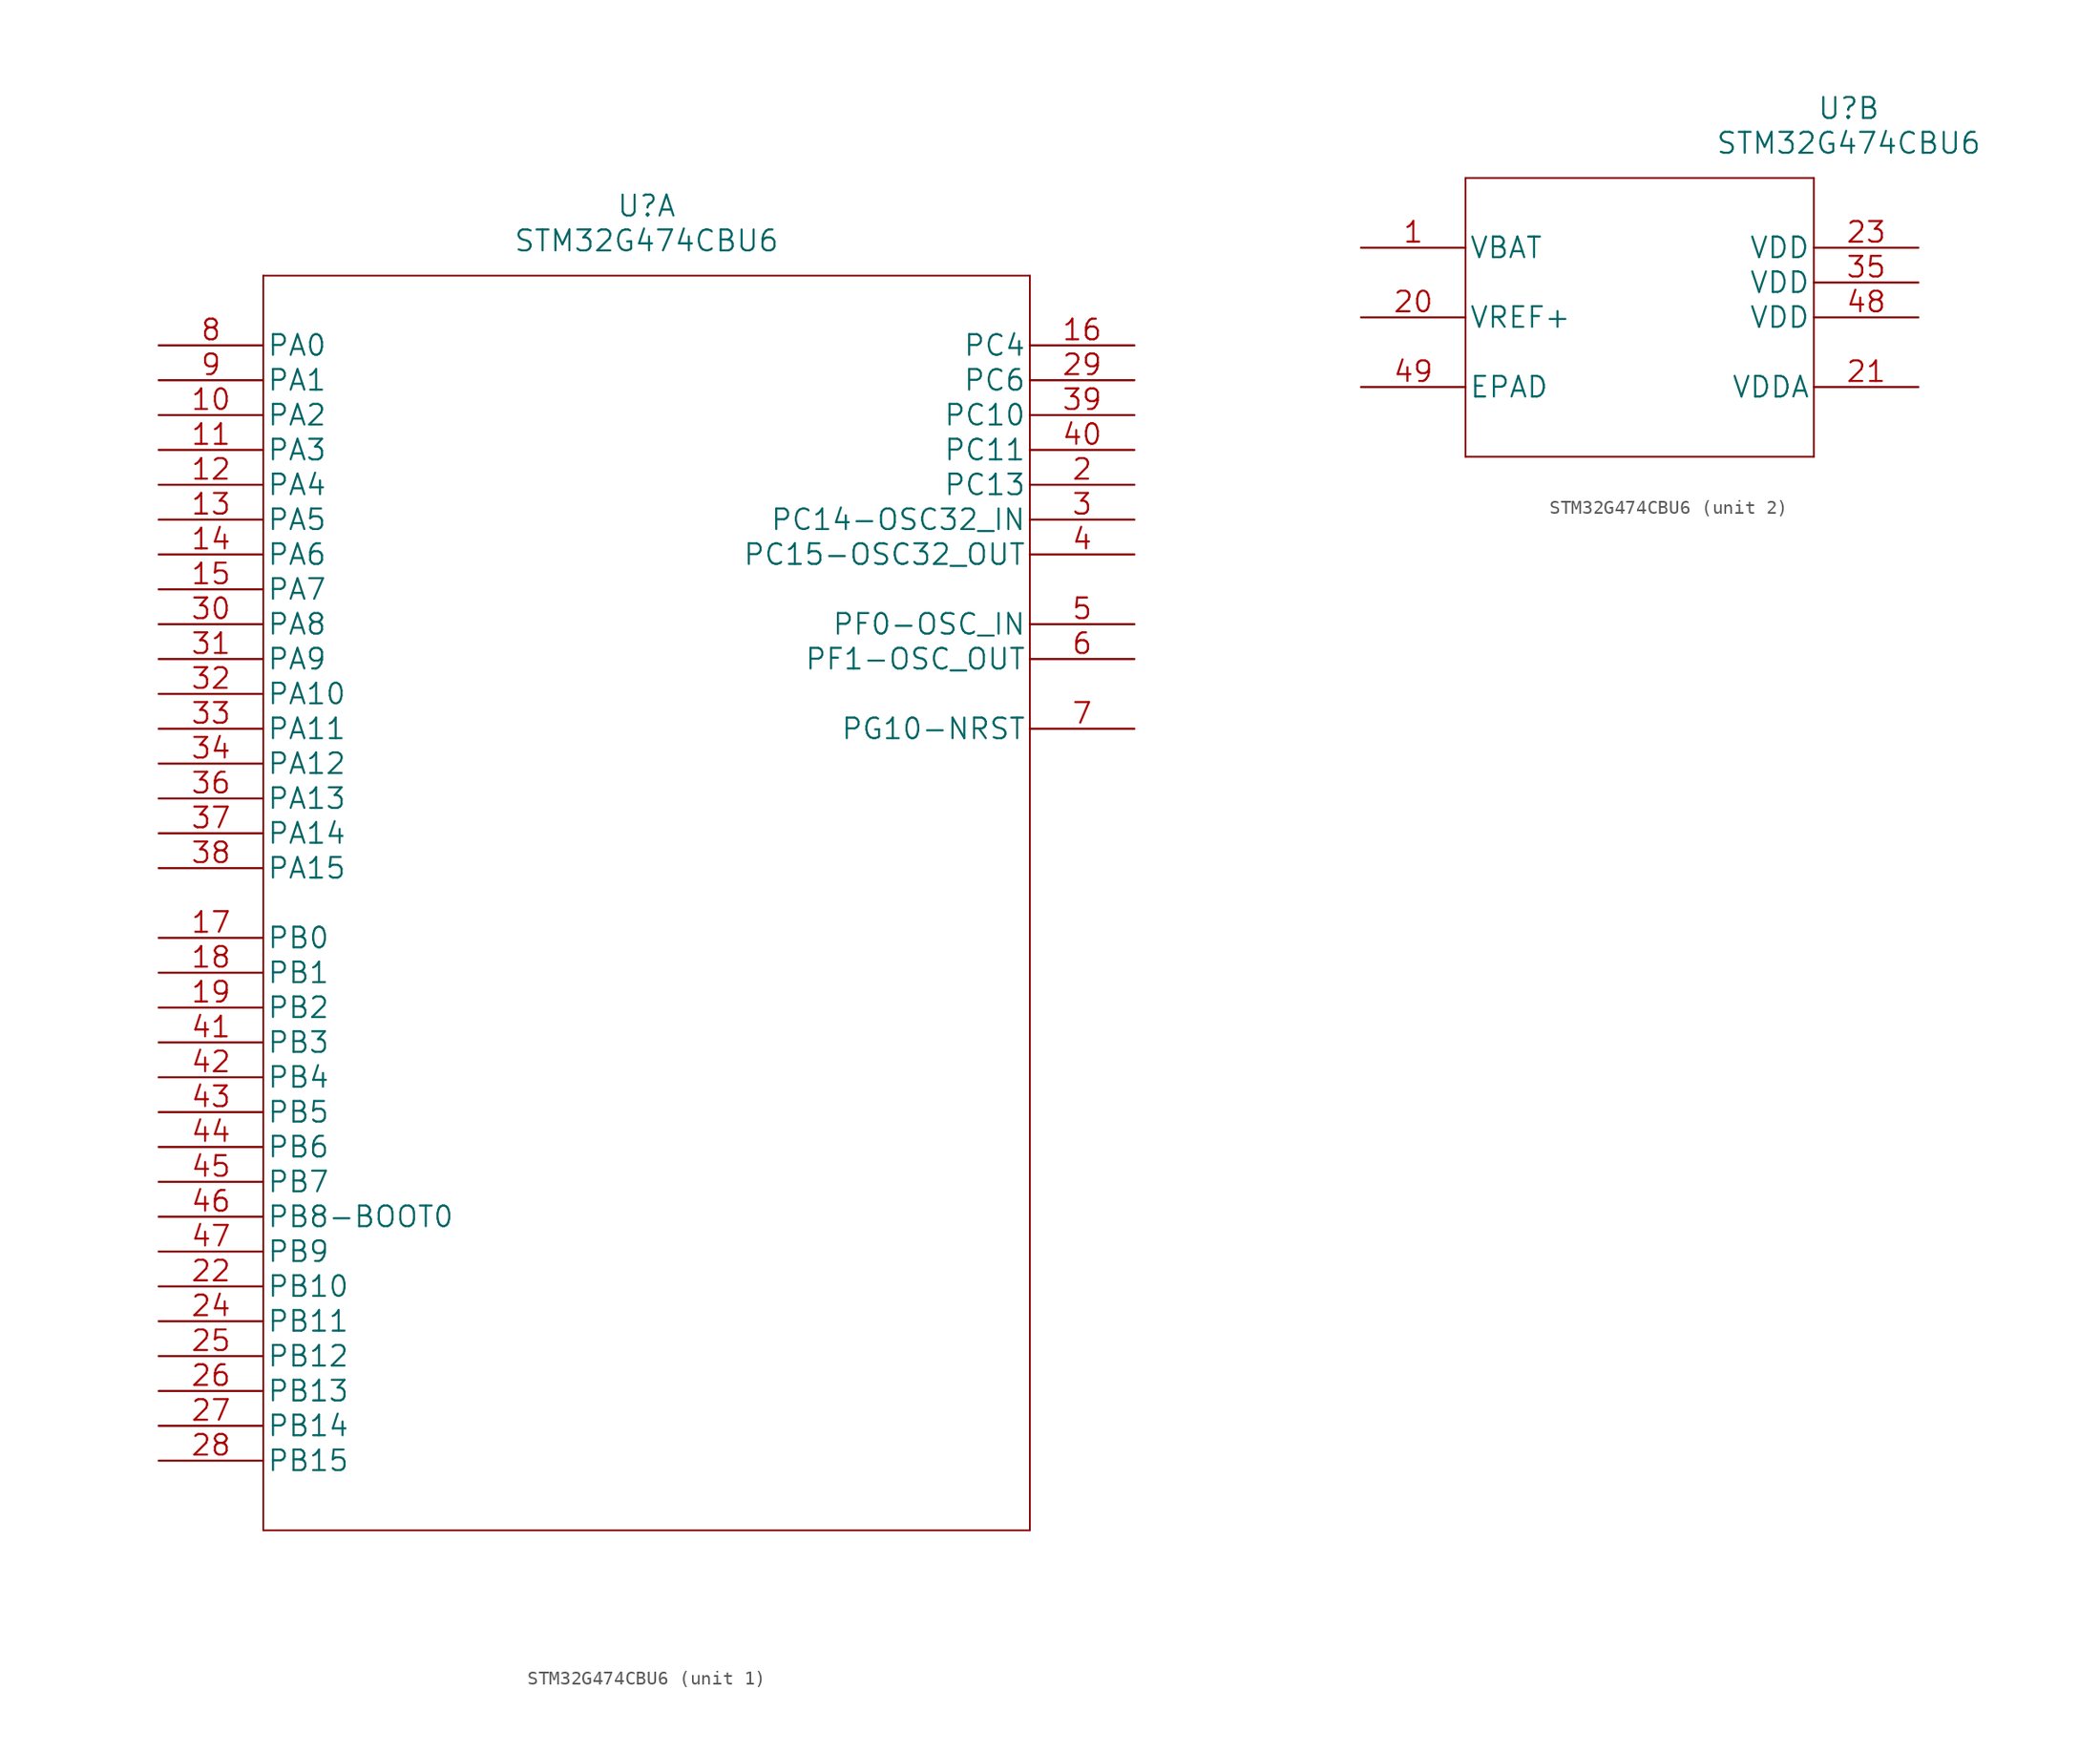
<source format=kicad_sym>
(kicad_symbol_lib
  (version 20231120)
  (generator "kicad_symbol_editor")
  (generator_version "8.0")
  (symbol "STM32G474CBU6"
    (pin_names
      (offset 0.254))
    (property "Reference" "U"
      (at 35.56 10.16 0)
      (effects (font (size 1.524 1.524))))
    (property "Value" "STM32G474CBU6"
      (at 35.56 7.62 0)
      (effects (font (size 1.524 1.524))))
    (property "Datasheet" ""
      (at 0 0 0)
      (effects (font (size 1.524 1.524))))
    (symbol "STM32G474CBU6_1_1"
      (polyline (pts (xy 7.62 -86.36) (xy 63.5 -86.36)) (stroke (width 0.127) (type default)) (fill (type none)))
      (polyline (pts (xy 7.62 5.08) (xy 7.62 -86.36)) (stroke (width 0.127) (type default)) (fill (type none)))
      (polyline (pts (xy 63.5 -86.36) (xy 63.5 5.08)) (stroke (width 0.127) (type default)) (fill (type none)))
      (polyline (pts (xy 63.5 5.08) (xy 7.62 5.08)) (stroke (width 0.127) (type default)) (fill (type none)))
      (pin bidirectional line (at 0 -5.08 0) (length 7.62) (name "PA2" (effects (font (size 1.499 1.499)))) (number "10" (effects (font (size 1.499 1.499)))))
      (pin bidirectional line (at 0 -7.62 0) (length 7.62) (name "PA3" (effects (font (size 1.499 1.499)))) (number "11" (effects (font (size 1.499 1.499)))))
      (pin bidirectional line (at 0 -10.16 0) (length 7.62) (name "PA4" (effects (font (size 1.499 1.499)))) (number "12" (effects (font (size 1.499 1.499)))))
      (pin bidirectional line (at 0 -12.7 0) (length 7.62) (name "PA5" (effects (font (size 1.499 1.499)))) (number "13" (effects (font (size 1.499 1.499)))))
      (pin bidirectional line (at 0 -15.24 0) (length 7.62) (name "PA6" (effects (font (size 1.499 1.499)))) (number "14" (effects (font (size 1.499 1.499)))))
      (pin bidirectional line (at 0 -17.78 0) (length 7.62) (name "PA7" (effects (font (size 1.499 1.499)))) (number "15" (effects (font (size 1.499 1.499)))))
      (pin bidirectional line (at 71.12 0 180) (length 7.62) (name "PC4" (effects (font (size 1.499 1.499)))) (number "16" (effects (font (size 1.499 1.499)))))
      (pin bidirectional line (at 0 -43.18 0) (length 7.62) (name "PB0" (effects (font (size 1.499 1.499)))) (number "17" (effects (font (size 1.499 1.499)))))
      (pin bidirectional line (at 0 -45.72 0) (length 7.62) (name "PB1" (effects (font (size 1.499 1.499)))) (number "18" (effects (font (size 1.499 1.499)))))
      (pin bidirectional line (at 0 -48.26 0) (length 7.62) (name "PB2" (effects (font (size 1.499 1.499)))) (number "19" (effects (font (size 1.499 1.499)))))
      (pin bidirectional line (at 71.12 -10.16 180) (length 7.62) (name "PC13" (effects (font (size 1.499 1.499)))) (number "2" (effects (font (size 1.499 1.499)))))
      (pin bidirectional line (at 0 -68.58 0) (length 7.62) (name "PB10" (effects (font (size 1.499 1.499)))) (number "22" (effects (font (size 1.499 1.499)))))
      (pin bidirectional line (at 0 -71.12 0) (length 7.62) (name "PB11" (effects (font (size 1.499 1.499)))) (number "24" (effects (font (size 1.499 1.499)))))
      (pin bidirectional line (at 0 -73.66 0) (length 7.62) (name "PB12" (effects (font (size 1.499 1.499)))) (number "25" (effects (font (size 1.499 1.499)))))
      (pin bidirectional line (at 0 -76.2 0) (length 7.62) (name "PB13" (effects (font (size 1.499 1.499)))) (number "26" (effects (font (size 1.499 1.499)))))
      (pin bidirectional line (at 0 -78.74 0) (length 7.62) (name "PB14" (effects (font (size 1.499 1.499)))) (number "27" (effects (font (size 1.499 1.499)))))
      (pin bidirectional line (at 0 -81.28 0) (length 7.62) (name "PB15" (effects (font (size 1.499 1.499)))) (number "28" (effects (font (size 1.499 1.499)))))
      (pin bidirectional line (at 71.12 -2.54 180) (length 7.62) (name "PC6" (effects (font (size 1.499 1.499)))) (number "29" (effects (font (size 1.499 1.499)))))
      (pin bidirectional line (at 71.12 -12.7 180) (length 7.62) (name "PC14-OSC32_IN" (effects (font (size 1.499 1.499)))) (number "3" (effects (font (size 1.499 1.499)))))
      (pin bidirectional line (at 0 -20.32 0) (length 7.62) (name "PA8" (effects (font (size 1.499 1.499)))) (number "30" (effects (font (size 1.499 1.499)))))
      (pin bidirectional line (at 0 -22.86 0) (length 7.62) (name "PA9" (effects (font (size 1.499 1.499)))) (number "31" (effects (font (size 1.499 1.499)))))
      (pin bidirectional line (at 0 -25.4 0) (length 7.62) (name "PA10" (effects (font (size 1.499 1.499)))) (number "32" (effects (font (size 1.499 1.499)))))
      (pin bidirectional line (at 0 -27.94 0) (length 7.62) (name "PA11" (effects (font (size 1.499 1.499)))) (number "33" (effects (font (size 1.499 1.499)))))
      (pin bidirectional line (at 0 -30.48 0) (length 7.62) (name "PA12" (effects (font (size 1.499 1.499)))) (number "34" (effects (font (size 1.499 1.499)))))
      (pin bidirectional line (at 0 -33.02 0) (length 7.62) (name "PA13" (effects (font (size 1.499 1.499)))) (number "36" (effects (font (size 1.499 1.499)))))
      (pin bidirectional line (at 0 -35.56 0) (length 7.62) (name "PA14" (effects (font (size 1.499 1.499)))) (number "37" (effects (font (size 1.499 1.499)))))
      (pin bidirectional line (at 0 -38.1 0) (length 7.62) (name "PA15" (effects (font (size 1.499 1.499)))) (number "38" (effects (font (size 1.499 1.499)))))
      (pin bidirectional line (at 71.12 -5.08 180) (length 7.62) (name "PC10" (effects (font (size 1.499 1.499)))) (number "39" (effects (font (size 1.499 1.499)))))
      (pin bidirectional line (at 71.12 -15.24 180) (length 7.62) (name "PC15-OSC32_OUT" (effects (font (size 1.499 1.499)))) (number "4" (effects (font (size 1.499 1.499)))))
      (pin bidirectional line (at 71.12 -7.62 180) (length 7.62) (name "PC11" (effects (font (size 1.499 1.499)))) (number "40" (effects (font (size 1.499 1.499)))))
      (pin bidirectional line (at 0 -50.8 0) (length 7.62) (name "PB3" (effects (font (size 1.499 1.499)))) (number "41" (effects (font (size 1.499 1.499)))))
      (pin bidirectional line (at 0 -53.34 0) (length 7.62) (name "PB4" (effects (font (size 1.499 1.499)))) (number "42" (effects (font (size 1.499 1.499)))))
      (pin bidirectional line (at 0 -55.88 0) (length 7.62) (name "PB5" (effects (font (size 1.499 1.499)))) (number "43" (effects (font (size 1.499 1.499)))))
      (pin bidirectional line (at 0 -58.42 0) (length 7.62) (name "PB6" (effects (font (size 1.499 1.499)))) (number "44" (effects (font (size 1.499 1.499)))))
      (pin bidirectional line (at 0 -60.96 0) (length 7.62) (name "PB7" (effects (font (size 1.499 1.499)))) (number "45" (effects (font (size 1.499 1.499)))))
      (pin bidirectional line (at 0 -63.5 0) (length 7.62) (name "PB8-BOOT0" (effects (font (size 1.499 1.499)))) (number "46" (effects (font (size 1.499 1.499)))))
      (pin bidirectional line (at 0 -66.04 0) (length 7.62) (name "PB9" (effects (font (size 1.499 1.499)))) (number "47" (effects (font (size 1.499 1.499)))))
      (pin bidirectional line (at 71.12 -20.32 180) (length 7.62) (name "PF0-OSC_IN" (effects (font (size 1.499 1.499)))) (number "5" (effects (font (size 1.499 1.499)))))
      (pin bidirectional line (at 71.12 -22.86 180) (length 7.62) (name "PF1-OSC_OUT" (effects (font (size 1.499 1.499)))) (number "6" (effects (font (size 1.499 1.499)))))
      (pin bidirectional line (at 71.12 -27.94 180) (length 7.62) (name "PG10-NRST" (effects (font (size 1.499 1.499)))) (number "7" (effects (font (size 1.499 1.499)))))
      (pin bidirectional line (at 0 0 0) (length 7.62) (name "PA0" (effects (font (size 1.499 1.499)))) (number "8" (effects (font (size 1.499 1.499)))))
      (pin bidirectional line (at 0 -2.54 0) (length 7.62) (name "PA1" (effects (font (size 1.499 1.499)))) (number "9" (effects (font (size 1.499 1.499))))))
    (symbol "STM32G474CBU6_2_1"
      (polyline (pts (xy 7.62 -15.24) (xy 33.02 -15.24)) (stroke (width 0.127) (type default)) (fill (type none)))
      (polyline (pts (xy 7.62 5.08) (xy 7.62 -15.24)) (stroke (width 0.127) (type default)) (fill (type none)))
      (polyline (pts (xy 33.02 -15.24) (xy 33.02 5.08)) (stroke (width 0.127) (type default)) (fill (type none)))
      (polyline (pts (xy 33.02 5.08) (xy 7.62 5.08)) (stroke (width 0.127) (type default)) (fill (type none)))
      (pin power_in line (at 0 0 0) (length 7.62) (name "VBAT" (effects (font (size 1.499 1.499)))) (number "1" (effects (font (size 1.499 1.499)))))
      (pin power_in line (at 0 -5.08 0) (length 7.62) (name "VREF+" (effects (font (size 1.499 1.499)))) (number "20" (effects (font (size 1.499 1.499)))))
      (pin power_in line (at 40.64 -10.16 180) (length 7.62) (name "VDDA" (effects (font (size 1.499 1.499)))) (number "21" (effects (font (size 1.499 1.499)))))
      (pin power_in line (at 40.64 0 180) (length 7.62) (name "VDD" (effects (font (size 1.499 1.499)))) (number "23" (effects (font (size 1.499 1.499)))))
      (pin power_in line (at 40.64 -2.54 180) (length 7.62) (name "VDD" (effects (font (size 1.499 1.499)))) (number "35" (effects (font (size 1.499 1.499)))))
      (pin power_in line (at 40.64 -5.08 180) (length 7.62) (name "VDD" (effects (font (size 1.499 1.499)))) (number "48" (effects (font (size 1.499 1.499)))))
      (pin unspecified line (at 0 -10.16 0) (length 7.62) (name "EPAD" (effects (font (size 1.499 1.499)))) (number "49" (effects (font (size 1.499 1.499))))))))
</source>
